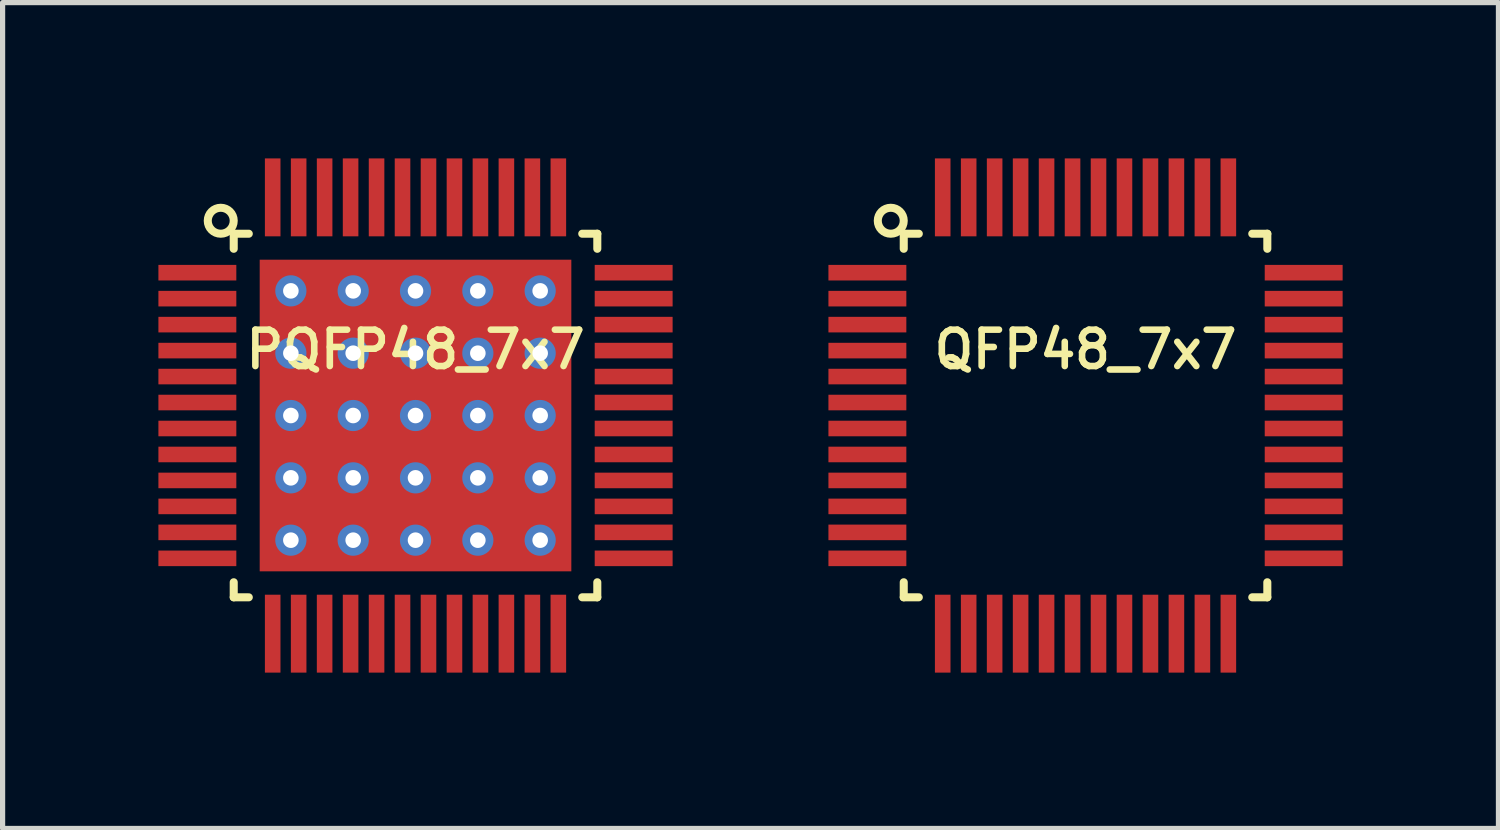
<source format=kicad_pcb>
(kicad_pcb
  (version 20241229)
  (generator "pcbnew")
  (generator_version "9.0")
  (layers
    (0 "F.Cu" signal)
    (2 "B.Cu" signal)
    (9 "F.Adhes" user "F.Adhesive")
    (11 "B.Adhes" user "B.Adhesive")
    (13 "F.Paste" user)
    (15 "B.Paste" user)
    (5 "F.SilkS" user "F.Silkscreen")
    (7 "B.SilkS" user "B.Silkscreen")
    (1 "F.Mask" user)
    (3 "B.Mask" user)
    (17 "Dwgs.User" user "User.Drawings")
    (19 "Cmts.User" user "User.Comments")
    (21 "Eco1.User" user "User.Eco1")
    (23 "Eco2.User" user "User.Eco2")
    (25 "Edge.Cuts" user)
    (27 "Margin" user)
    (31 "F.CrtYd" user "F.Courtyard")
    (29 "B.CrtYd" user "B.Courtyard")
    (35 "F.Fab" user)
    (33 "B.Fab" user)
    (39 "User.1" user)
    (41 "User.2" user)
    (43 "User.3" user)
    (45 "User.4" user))
  (footprint "PQFP48_7x7"
    (layer "F.Cu")
    (at 4.95 4.95)
    (property "Reference" "PQFP48_7x7" (at 0 -1.27 0) (layer "F.SilkS") (effects (font (size 0.7 0.7) (thickness 0.127))))
    (attr smd)
    (fp_line (start -3.5 -3.5) (end -3.5 -3.21) (stroke (width 0.155) (type solid)) (layer "F.SilkS"))
    (fp_line (start -3.5 -3.5) (end -3.21 -3.5) (stroke (width 0.155) (type solid)) (layer "F.SilkS"))
    (fp_line (start -3.5 3.5) (end -3.5 3.21) (stroke (width 0.155) (type solid)) (layer "F.SilkS"))
    (fp_line (start -3.5 3.5) (end -3.21 3.5) (stroke (width 0.155) (type solid)) (layer "F.SilkS"))
    (fp_line (start 3.5 -3.5) (end 3.21 -3.5) (stroke (width 0.155) (type solid)) (layer "F.SilkS"))
    (fp_line (start 3.5 -3.5) (end 3.5 -3.21) (stroke (width 0.155) (type solid)) (layer "F.SilkS"))
    (fp_line (start 3.5 3.5) (end 3.21 3.5) (stroke (width 0.155) (type solid)) (layer "F.SilkS"))
    (fp_line (start 3.5 3.5) (end 3.5 3.21) (stroke (width 0.155) (type solid)) (layer "F.SilkS"))
    (fp_circle (center -3.75 -3.75) (end -3.75 -3.5) (stroke (width 0.155) (type solid)) (fill no) (layer "F.SilkS"))
    (pad "1" smd rect (at -4.2 -2.75) (size 1.5 0.3) (layers "F.Cu" "F.Mask" "F.Paste"))
    (pad "2" smd rect (at -4.2 -2.25) (size 1.5 0.3) (layers "F.Cu" "F.Mask" "F.Paste"))
    (pad "3" smd rect (at -4.2 -1.75) (size 1.5 0.3) (layers "F.Cu" "F.Mask" "F.Paste"))
    (pad "4" smd rect (at -4.2 -1.25) (size 1.5 0.3) (layers "F.Cu" "F.Mask" "F.Paste"))
    (pad "5" smd rect (at -4.2 -0.75) (size 1.5 0.3) (layers "F.Cu" "F.Mask" "F.Paste"))
    (pad "6" smd rect (at -4.2 -0.25) (size 1.5 0.3) (layers "F.Cu" "F.Mask" "F.Paste"))
    (pad "7" smd rect (at -4.2 0.25) (size 1.5 0.3) (layers "F.Cu" "F.Mask" "F.Paste"))
    (pad "8" smd rect (at -4.2 0.75) (size 1.5 0.3) (layers "F.Cu" "F.Mask" "F.Paste"))
    (pad "9" smd rect (at -4.2 1.25) (size 1.5 0.3) (layers "F.Cu" "F.Mask" "F.Paste"))
    (pad "10" smd rect (at -4.2 1.75) (size 1.5 0.3) (layers "F.Cu" "F.Mask" "F.Paste"))
    (pad "11" smd rect (at -4.2 2.25) (size 1.5 0.3) (layers "F.Cu" "F.Mask" "F.Paste"))
    (pad "12" smd rect (at -4.2 2.75) (size 1.5 0.3) (layers "F.Cu" "F.Mask" "F.Paste"))
    (pad "13" smd rect (at -2.75 4.2) (size 0.3 1.5) (layers "F.Cu" "F.Mask" "F.Paste"))
    (pad "14" smd rect (at -2.25 4.2) (size 0.3 1.5) (layers "F.Cu" "F.Mask" "F.Paste"))
    (pad "15" smd rect (at -1.75 4.2) (size 0.3 1.5) (layers "F.Cu" "F.Mask" "F.Paste"))
    (pad "16" smd rect (at -1.25 4.2) (size 0.3 1.5) (layers "F.Cu" "F.Mask" "F.Paste"))
    (pad "17" smd rect (at -0.75 4.2) (size 0.3 1.5) (layers "F.Cu" "F.Mask" "F.Paste"))
    (pad "18" smd rect (at -0.25 4.2) (size 0.3 1.5) (layers "F.Cu" "F.Mask" "F.Paste"))
    (pad "19" smd rect (at 0.25 4.2) (size 0.3 1.5) (layers "F.Cu" "F.Mask" "F.Paste"))
    (pad "20" smd rect (at 0.75 4.2) (size 0.3 1.5) (layers "F.Cu" "F.Mask" "F.Paste"))
    (pad "21" smd rect (at 1.25 4.2) (size 0.3 1.5) (layers "F.Cu" "F.Mask" "F.Paste"))
    (pad "22" smd rect (at 1.75 4.2) (size 0.3 1.5) (layers "F.Cu" "F.Mask" "F.Paste"))
    (pad "23" smd rect (at 2.25 4.2) (size 0.3 1.5) (layers "F.Cu" "F.Mask" "F.Paste"))
    (pad "24" smd rect (at 2.75 4.2) (size 0.3 1.5) (layers "F.Cu" "F.Mask" "F.Paste"))
    (pad "25" smd rect (at 4.2 2.75) (size 1.5 0.3) (layers "F.Cu" "F.Mask" "F.Paste"))
    (pad "26" smd rect (at 4.2 2.25) (size 1.5 0.3) (layers "F.Cu" "F.Mask" "F.Paste"))
    (pad "27" smd rect (at 4.2 1.75) (size 1.5 0.3) (layers "F.Cu" "F.Mask" "F.Paste"))
    (pad "28" smd rect (at 4.2 1.25) (size 1.5 0.3) (layers "F.Cu" "F.Mask" "F.Paste"))
    (pad "29" smd rect (at 4.2 0.75) (size 1.5 0.3) (layers "F.Cu" "F.Mask" "F.Paste"))
    (pad "30" smd rect (at 4.2 0.25) (size 1.5 0.3) (layers "F.Cu" "F.Mask" "F.Paste"))
    (pad "31" smd rect (at 4.2 -0.25) (size 1.5 0.3) (layers "F.Cu" "F.Mask" "F.Paste"))
    (pad "32" smd rect (at 4.2 -0.75) (size 1.5 0.3) (layers "F.Cu" "F.Mask" "F.Paste"))
    (pad "33" smd rect (at 4.2 -1.25) (size 1.5 0.3) (layers "F.Cu" "F.Mask" "F.Paste"))
    (pad "34" smd rect (at 4.2 -1.75) (size 1.5 0.3) (layers "F.Cu" "F.Mask" "F.Paste"))
    (pad "35" smd rect (at 4.2 -2.25) (size 1.5 0.3) (layers "F.Cu" "F.Mask" "F.Paste"))
    (pad "36" smd rect (at 4.2 -2.75) (size 1.5 0.3) (layers "F.Cu" "F.Mask" "F.Paste"))
    (pad "37" smd rect (at 2.75 -4.2) (size 0.3 1.5) (layers "F.Cu" "F.Mask" "F.Paste"))
    (pad "38" smd rect (at 2.25 -4.2) (size 0.3 1.5) (layers "F.Cu" "F.Mask" "F.Paste"))
    (pad "39" smd rect (at 1.75 -4.2) (size 0.3 1.5) (layers "F.Cu" "F.Mask" "F.Paste"))
    (pad "40" smd rect (at 1.25 -4.2) (size 0.3 1.5) (layers "F.Cu" "F.Mask" "F.Paste"))
    (pad "41" smd rect (at 0.75 -4.2) (size 0.3 1.5) (layers "F.Cu" "F.Mask" "F.Paste"))
    (pad "42" smd rect (at 0.25 -4.2) (size 0.3 1.5) (layers "F.Cu" "F.Mask" "F.Paste"))
    (pad "43" smd rect (at -0.25 -4.2) (size 0.3 1.5) (layers "F.Cu" "F.Mask" "F.Paste"))
    (pad "44" smd rect (at -0.75 -4.2) (size 0.3 1.5) (layers "F.Cu" "F.Mask" "F.Paste"))
    (pad "45" smd rect (at -1.25 -4.2) (size 0.3 1.5) (layers "F.Cu" "F.Mask" "F.Paste"))
    (pad "46" smd rect (at -1.75 -4.2) (size 0.3 1.5) (layers "F.Cu" "F.Mask" "F.Paste"))
    (pad "47" smd rect (at -2.25 -4.2) (size 0.3 1.5) (layers "F.Cu" "F.Mask" "F.Paste"))
    (pad "48" smd rect (at -2.75 -4.2) (size 0.3 1.5) (layers "F.Cu" "F.Mask" "F.Paste"))
    (pad "pow" thru_hole circle (at -2.4 -2.4) (size 0.6 0.6) (drill 0.3) (layers "*.Cu" "*.Mask"))
    (pad "pow" thru_hole circle (at -2.4 -1.2) (size 0.6 0.6) (drill 0.3) (layers "*.Cu" "*.Mask"))
    (pad "pow" thru_hole circle (at -2.4 0) (size 0.6 0.6) (drill 0.3) (layers "*.Cu" "*.Mask"))
    (pad "pow" thru_hole circle (at -2.4 1.2) (size 0.6 0.6) (drill 0.3) (layers "*.Cu" "*.Mask"))
    (pad "pow" thru_hole circle (at -2.4 2.4) (size 0.6 0.6) (drill 0.3) (layers "*.Cu" "*.Mask"))
    (pad "pow" smd rect (at -1.5 -1.5) (size 2.121 2.121) (layers "F.Cu" "F.Mask" "F.Paste"))
    (pad "pow" smd rect (at -1.5 1.5) (size 2.121 2.121) (layers "F.Cu" "F.Mask" "F.Paste"))
    (pad "pow" thru_hole circle (at -1.2 -2.4) (size 0.6 0.6) (drill 0.3) (layers "*.Cu" "*.Mask"))
    (pad "pow" thru_hole circle (at -1.2 -1.2) (size 0.6 0.6) (drill 0.3) (layers "*.Cu" "*.Mask"))
    (pad "pow" thru_hole circle (at -1.2 0) (size 0.6 0.6) (drill 0.3) (layers "*.Cu" "*.Mask"))
    (pad "pow" thru_hole circle (at -1.2 1.2) (size 0.6 0.6) (drill 0.3) (layers "*.Cu" "*.Mask"))
    (pad "pow" thru_hole circle (at -1.2 2.4) (size 0.6 0.6) (drill 0.3) (layers "*.Cu" "*.Mask"))
    (pad "pow" thru_hole circle (at 0 -2.4) (size 0.6 0.6) (drill 0.3) (layers "*.Cu" "*.Mask"))
    (pad "pow" thru_hole circle (at 0 -1.2) (size 0.6 0.6) (drill 0.3) (layers "*.Cu" "*.Mask"))
    (pad "pow" thru_hole circle (at 0 0) (size 0.6 0.6) (drill 0.3) (layers "*.Cu" "*.Mask"))
    (pad "pow" smd rect (at 0 0) (size 6 6) (layers "F.Cu" "F.Mask"))
    (pad "pow" thru_hole circle (at 0 1.2) (size 0.6 0.6) (drill 0.3) (layers "*.Cu" "*.Mask"))
    (pad "pow" thru_hole circle (at 0 2.4) (size 0.6 0.6) (drill 0.3) (layers "*.Cu" "*.Mask"))
    (pad "pow" thru_hole circle (at 1.2 -2.4) (size 0.6 0.6) (drill 0.3) (layers "*.Cu" "*.Mask"))
    (pad "pow" thru_hole circle (at 1.2 -1.2) (size 0.6 0.6) (drill 0.3) (layers "*.Cu" "*.Mask"))
    (pad "pow" thru_hole circle (at 1.2 0) (size 0.6 0.6) (drill 0.3) (layers "*.Cu" "*.Mask"))
    (pad "pow" thru_hole circle (at 1.2 1.2) (size 0.6 0.6) (drill 0.3) (layers "*.Cu" "*.Mask"))
    (pad "pow" thru_hole circle (at 1.2 2.4) (size 0.6 0.6) (drill 0.3) (layers "*.Cu" "*.Mask"))
    (pad "pow" smd rect (at 1.5 -1.5) (size 2.121 2.121) (layers "F.Cu" "F.Mask" "F.Paste"))
    (pad "pow" smd rect (at 1.5 1.5) (size 2.121 2.121) (layers "F.Cu" "F.Mask" "F.Paste"))
    (pad "pow" thru_hole circle (at 2.4 -2.4) (size 0.6 0.6) (drill 0.3) (layers "*.Cu" "*.Mask"))
    (pad "pow" thru_hole circle (at 2.4 -1.2) (size 0.6 0.6) (drill 0.3) (layers "*.Cu" "*.Mask"))
    (pad "pow" thru_hole circle (at 2.4 0) (size 0.6 0.6) (drill 0.3) (layers "*.Cu" "*.Mask"))
    (pad "pow" thru_hole circle (at 2.4 1.2) (size 0.6 0.6) (drill 0.3) (layers "*.Cu" "*.Mask"))
    (pad "pow" thru_hole circle (at 2.4 2.4) (size 0.6 0.6) (drill 0.3) (layers "*.Cu" "*.Mask")))
  (footprint "QFP48_7x7"
    (layer "F.Cu")
    (at 17.85 4.95)
    (property "Reference" "QFP48_7x7" (at 0 -1.27 0) (layer "F.SilkS") (effects (font (size 0.7 0.7) (thickness 0.127))))
    (attr smd)
    (fp_line (start -3.5 -3.5) (end -3.5 -3.21) (stroke (width 0.155) (type solid)) (layer "F.SilkS"))
    (fp_line (start -3.5 -3.5) (end -3.21 -3.5) (stroke (width 0.155) (type solid)) (layer "F.SilkS"))
    (fp_line (start -3.5 3.5) (end -3.5 3.21) (stroke (width 0.155) (type solid)) (layer "F.SilkS"))
    (fp_line (start -3.5 3.5) (end -3.21 3.5) (stroke (width 0.155) (type solid)) (layer "F.SilkS"))
    (fp_line (start 3.5 -3.5) (end 3.21 -3.5) (stroke (width 0.155) (type solid)) (layer "F.SilkS"))
    (fp_line (start 3.5 -3.5) (end 3.5 -3.21) (stroke (width 0.155) (type solid)) (layer "F.SilkS"))
    (fp_line (start 3.5 3.5) (end 3.21 3.5) (stroke (width 0.155) (type solid)) (layer "F.SilkS"))
    (fp_line (start 3.5 3.5) (end 3.5 3.21) (stroke (width 0.155) (type solid)) (layer "F.SilkS"))
    (fp_circle (center -3.75 -3.75) (end -3.75 -3.5) (stroke (width 0.155) (type solid)) (fill no) (layer "F.SilkS"))
    (pad "1" smd rect (at -4.2 -2.75) (size 1.5 0.3) (layers "F.Cu" "F.Mask" "F.Paste"))
    (pad "2" smd rect (at -4.2 -2.25) (size 1.5 0.3) (layers "F.Cu" "F.Mask" "F.Paste"))
    (pad "3" smd rect (at -4.2 -1.75) (size 1.5 0.3) (layers "F.Cu" "F.Mask" "F.Paste"))
    (pad "4" smd rect (at -4.2 -1.25) (size 1.5 0.3) (layers "F.Cu" "F.Mask" "F.Paste"))
    (pad "5" smd rect (at -4.2 -0.75) (size 1.5 0.3) (layers "F.Cu" "F.Mask" "F.Paste"))
    (pad "6" smd rect (at -4.2 -0.25) (size 1.5 0.3) (layers "F.Cu" "F.Mask" "F.Paste"))
    (pad "7" smd rect (at -4.2 0.25) (size 1.5 0.3) (layers "F.Cu" "F.Mask" "F.Paste"))
    (pad "8" smd rect (at -4.2 0.75) (size 1.5 0.3) (layers "F.Cu" "F.Mask" "F.Paste"))
    (pad "9" smd rect (at -4.2 1.25) (size 1.5 0.3) (layers "F.Cu" "F.Mask" "F.Paste"))
    (pad "10" smd rect (at -4.2 1.75) (size 1.5 0.3) (layers "F.Cu" "F.Mask" "F.Paste"))
    (pad "11" smd rect (at -4.2 2.25) (size 1.5 0.3) (layers "F.Cu" "F.Mask" "F.Paste"))
    (pad "12" smd rect (at -4.2 2.75) (size 1.5 0.3) (layers "F.Cu" "F.Mask" "F.Paste"))
    (pad "13" smd rect (at -2.75 4.2) (size 0.3 1.5) (layers "F.Cu" "F.Mask" "F.Paste"))
    (pad "14" smd rect (at -2.25 4.2) (size 0.3 1.5) (layers "F.Cu" "F.Mask" "F.Paste"))
    (pad "15" smd rect (at -1.75 4.2) (size 0.3 1.5) (layers "F.Cu" "F.Mask" "F.Paste"))
    (pad "16" smd rect (at -1.25 4.2) (size 0.3 1.5) (layers "F.Cu" "F.Mask" "F.Paste"))
    (pad "17" smd rect (at -0.75 4.2) (size 0.3 1.5) (layers "F.Cu" "F.Mask" "F.Paste"))
    (pad "18" smd rect (at -0.25 4.2) (size 0.3 1.5) (layers "F.Cu" "F.Mask" "F.Paste"))
    (pad "19" smd rect (at 0.25 4.2) (size 0.3 1.5) (layers "F.Cu" "F.Mask" "F.Paste"))
    (pad "20" smd rect (at 0.75 4.2) (size 0.3 1.5) (layers "F.Cu" "F.Mask" "F.Paste"))
    (pad "21" smd rect (at 1.25 4.2) (size 0.3 1.5) (layers "F.Cu" "F.Mask" "F.Paste"))
    (pad "22" smd rect (at 1.75 4.2) (size 0.3 1.5) (layers "F.Cu" "F.Mask" "F.Paste"))
    (pad "23" smd rect (at 2.25 4.2) (size 0.3 1.5) (layers "F.Cu" "F.Mask" "F.Paste"))
    (pad "24" smd rect (at 2.75 4.2) (size 0.3 1.5) (layers "F.Cu" "F.Mask" "F.Paste"))
    (pad "25" smd rect (at 4.2 2.75) (size 1.5 0.3) (layers "F.Cu" "F.Mask" "F.Paste"))
    (pad "26" smd rect (at 4.2 2.25) (size 1.5 0.3) (layers "F.Cu" "F.Mask" "F.Paste"))
    (pad "27" smd rect (at 4.2 1.75) (size 1.5 0.3) (layers "F.Cu" "F.Mask" "F.Paste"))
    (pad "28" smd rect (at 4.2 1.25) (size 1.5 0.3) (layers "F.Cu" "F.Mask" "F.Paste"))
    (pad "29" smd rect (at 4.2 0.75) (size 1.5 0.3) (layers "F.Cu" "F.Mask" "F.Paste"))
    (pad "30" smd rect (at 4.2 0.25) (size 1.5 0.3) (layers "F.Cu" "F.Mask" "F.Paste"))
    (pad "31" smd rect (at 4.2 -0.25) (size 1.5 0.3) (layers "F.Cu" "F.Mask" "F.Paste"))
    (pad "32" smd rect (at 4.2 -0.75) (size 1.5 0.3) (layers "F.Cu" "F.Mask" "F.Paste"))
    (pad "33" smd rect (at 4.2 -1.25) (size 1.5 0.3) (layers "F.Cu" "F.Mask" "F.Paste"))
    (pad "34" smd rect (at 4.2 -1.75) (size 1.5 0.3) (layers "F.Cu" "F.Mask" "F.Paste"))
    (pad "35" smd rect (at 4.2 -2.25) (size 1.5 0.3) (layers "F.Cu" "F.Mask" "F.Paste"))
    (pad "36" smd rect (at 4.2 -2.75) (size 1.5 0.3) (layers "F.Cu" "F.Mask" "F.Paste"))
    (pad "37" smd rect (at 2.75 -4.2) (size 0.3 1.5) (layers "F.Cu" "F.Mask" "F.Paste"))
    (pad "38" smd rect (at 2.25 -4.2) (size 0.3 1.5) (layers "F.Cu" "F.Mask" "F.Paste"))
    (pad "39" smd rect (at 1.75 -4.2) (size 0.3 1.5) (layers "F.Cu" "F.Mask" "F.Paste"))
    (pad "40" smd rect (at 1.25 -4.2) (size 0.3 1.5) (layers "F.Cu" "F.Mask" "F.Paste"))
    (pad "41" smd rect (at 0.75 -4.2) (size 0.3 1.5) (layers "F.Cu" "F.Mask" "F.Paste"))
    (pad "42" smd rect (at 0.25 -4.2) (size 0.3 1.5) (layers "F.Cu" "F.Mask" "F.Paste"))
    (pad "43" smd rect (at -0.25 -4.2) (size 0.3 1.5) (layers "F.Cu" "F.Mask" "F.Paste"))
    (pad "44" smd rect (at -0.75 -4.2) (size 0.3 1.5) (layers "F.Cu" "F.Mask" "F.Paste"))
    (pad "45" smd rect (at -1.25 -4.2) (size 0.3 1.5) (layers "F.Cu" "F.Mask" "F.Paste"))
    (pad "46" smd rect (at -1.75 -4.2) (size 0.3 1.5) (layers "F.Cu" "F.Mask" "F.Paste"))
    (pad "47" smd rect (at -2.25 -4.2) (size 0.3 1.5) (layers "F.Cu" "F.Mask" "F.Paste"))
    (pad "48" smd rect (at -2.75 -4.2) (size 0.3 1.5) (layers "F.Cu" "F.Mask" "F.Paste")))
  (gr_rect
    (start -3 -3)
    (end 25.8 12.9)
    (stroke (width 0.1) (type default))
    (fill no)
    (layer "Edge.Cuts")))
</source>
